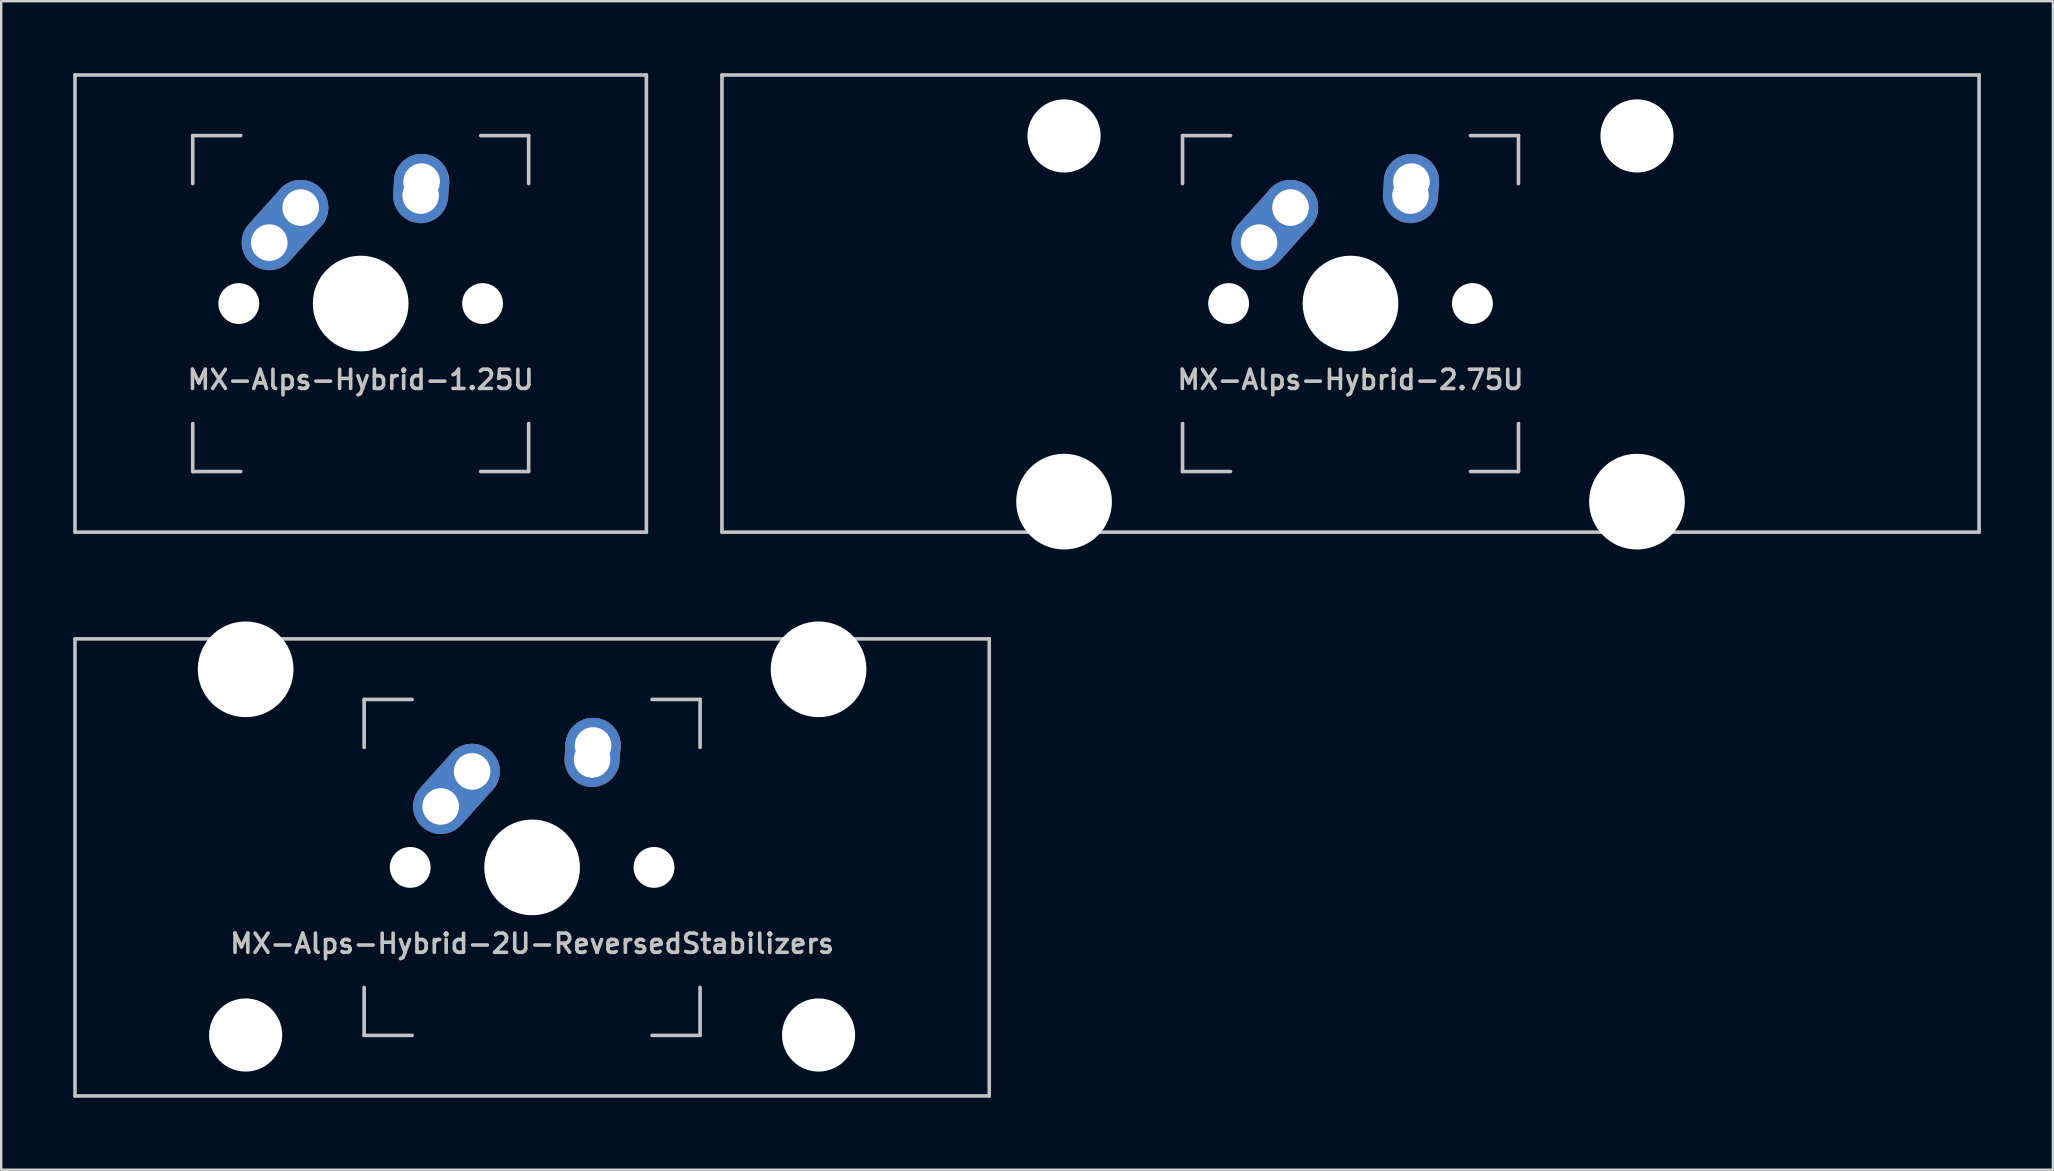
<source format=kicad_pcb>
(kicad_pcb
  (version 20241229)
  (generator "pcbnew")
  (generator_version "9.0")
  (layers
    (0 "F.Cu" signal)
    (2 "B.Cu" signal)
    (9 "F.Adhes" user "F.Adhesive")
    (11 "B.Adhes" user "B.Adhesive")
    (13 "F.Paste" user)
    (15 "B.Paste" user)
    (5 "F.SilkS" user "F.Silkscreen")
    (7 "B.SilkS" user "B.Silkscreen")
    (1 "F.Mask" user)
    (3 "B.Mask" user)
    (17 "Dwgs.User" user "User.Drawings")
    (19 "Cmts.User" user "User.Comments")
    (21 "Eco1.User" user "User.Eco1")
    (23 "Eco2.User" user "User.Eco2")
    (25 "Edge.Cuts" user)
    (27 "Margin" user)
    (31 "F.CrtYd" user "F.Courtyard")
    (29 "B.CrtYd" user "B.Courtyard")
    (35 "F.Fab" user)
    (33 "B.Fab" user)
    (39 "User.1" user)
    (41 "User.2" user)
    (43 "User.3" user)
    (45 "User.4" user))
  (footprint "MX-Alps-Hybrid-2.75U"
    (layer "F.Cu")
    (at 53.231 9.6)
    (property "Reference" "MX-Alps-Hybrid-2.75U" (at 0 3.175 0) (layer "Dwgs.User") (effects (font (size 0.8 0.8) (thickness 0.15))))
    (attr through_hole)
    (fp_line (start -26.194 9.525) (end -26.194 -9.525) (stroke (width 0.15) (type solid)) (layer "Dwgs.User"))
    (fp_line (start -7 -7) (end -7 -5) (stroke (width 0.15) (type solid)) (layer "Dwgs.User"))
    (fp_line (start -7 5) (end -7 7) (stroke (width 0.15) (type solid)) (layer "Dwgs.User"))
    (fp_line (start -7 7) (end -5 7) (stroke (width 0.15) (type solid)) (layer "Dwgs.User"))
    (fp_line (start -5 -7) (end -7 -7) (stroke (width 0.15) (type solid)) (layer "Dwgs.User"))
    (fp_line (start 5 -7) (end 7 -7) (stroke (width 0.15) (type solid)) (layer "Dwgs.User"))
    (fp_line (start 5 7) (end 7 7) (stroke (width 0.15) (type solid)) (layer "Dwgs.User"))
    (fp_line (start 7 -7) (end 7 -5) (stroke (width 0.15) (type solid)) (layer "Dwgs.User"))
    (fp_line (start 7 7) (end 7 5) (stroke (width 0.15) (type solid)) (layer "Dwgs.User"))
    (fp_line (start 26.194 -9.525) (end -26.194 -9.525) (stroke (width 0.15) (type solid)) (layer "Dwgs.User"))
    (fp_line (start 26.194 9.525) (end -26.194 9.525) (stroke (width 0.15) (type solid)) (layer "Dwgs.User"))
    (fp_line (start 26.194 9.525) (end 26.194 -9.525) (stroke (width 0.15) (type solid)) (layer "Dwgs.User"))
    (pad "" np_thru_hole circle (at -11.938 -6.985) (size 3.048 3.048) (drill 3.048) (layers "*.Cu" "*.Mask"))
    (pad "" np_thru_hole circle (at -11.938 8.255) (size 3.988 3.988) (drill 3.988) (layers "*.Cu" "*.Mask"))
    (pad "" np_thru_hole circle (at -5.08 0 48.099) (size 1.702 1.702) (drill 1.702) (layers "*.Cu" "*.Mask"))
    (pad "" np_thru_hole circle (at 0 0) (size 3.988 3.988) (drill 3.988) (layers "*.Cu" "*.Mask"))
    (pad "" np_thru_hole circle (at 5.08 0 48.099) (size 1.702 1.702) (drill 1.702) (layers "*.Cu" "*.Mask"))
    (pad "" np_thru_hole circle (at 11.938 -6.985) (size 3.048 3.048) (drill 3.048) (layers "*.Cu" "*.Mask"))
    (pad "" np_thru_hole circle (at 11.938 8.255) (size 3.988 3.988) (drill 3.988) (layers "*.Cu" "*.Mask"))
    (pad "1" thru_hole oval (at -3.81 -2.54 48.099) (size 4.262 2.3) (drill 1.524 (offset 0.981 0)) (layers "*.Cu" "B.Mask"))
    (pad "1" thru_hole circle (at -2.5 -4) (size 2.3 2.3) (drill 1.524) (layers "*.Cu" "B.Mask"))
    (pad "2" thru_hole oval (at 2.5 -4.5 86.054) (size 2.881 2.3) (drill 1.524 (offset 0.291 0)) (layers "*.Cu" "B.Mask"))
    (pad "2" thru_hole circle (at 2.54 -5.08) (size 2.3 2.3) (drill 1.524) (layers "*.Cu" "B.Mask")))
  (footprint "MX-Alps-Hybrid-1.25U"
    (layer "F.Cu")
    (at 11.981 9.6)
    (property "Reference" "MX-Alps-Hybrid-1.25U" (at 0 3.175 0) (layer "Dwgs.User") (effects (font (size 0.8 0.8) (thickness 0.15))))
    (attr through_hole)
    (fp_line (start -11.906 9.525) (end -11.906 -9.525) (stroke (width 0.15) (type solid)) (layer "Dwgs.User"))
    (fp_line (start -7 -7) (end -7 -5) (stroke (width 0.15) (type solid)) (layer "Dwgs.User"))
    (fp_line (start -7 5) (end -7 7) (stroke (width 0.15) (type solid)) (layer "Dwgs.User"))
    (fp_line (start -7 7) (end -5 7) (stroke (width 0.15) (type solid)) (layer "Dwgs.User"))
    (fp_line (start -5 -7) (end -7 -7) (stroke (width 0.15) (type solid)) (layer "Dwgs.User"))
    (fp_line (start 5 -7) (end 7 -7) (stroke (width 0.15) (type solid)) (layer "Dwgs.User"))
    (fp_line (start 5 7) (end 7 7) (stroke (width 0.15) (type solid)) (layer "Dwgs.User"))
    (fp_line (start 7 -7) (end 7 -5) (stroke (width 0.15) (type solid)) (layer "Dwgs.User"))
    (fp_line (start 7 7) (end 7 5) (stroke (width 0.15) (type solid)) (layer "Dwgs.User"))
    (fp_line (start 11.906 -9.525) (end -11.906 -9.525) (stroke (width 0.15) (type solid)) (layer "Dwgs.User"))
    (fp_line (start 11.906 9.525) (end -11.906 9.525) (stroke (width 0.15) (type solid)) (layer "Dwgs.User"))
    (fp_line (start 11.906 9.525) (end 11.906 -9.525) (stroke (width 0.15) (type solid)) (layer "Dwgs.User"))
    (pad "" np_thru_hole circle (at -5.08 0 48.099) (size 1.702 1.702) (drill 1.702) (layers "*.Cu" "*.Mask"))
    (pad "" np_thru_hole circle (at 0 0) (size 3.988 3.988) (drill 3.988) (layers "*.Cu" "*.Mask"))
    (pad "" np_thru_hole circle (at 5.08 0 48.099) (size 1.702 1.702) (drill 1.702) (layers "*.Cu" "*.Mask"))
    (pad "1" thru_hole oval (at -3.81 -2.54 48.099) (size 4.262 2.3) (drill 1.524 (offset 0.981 0)) (layers "*.Cu" "B.Mask"))
    (pad "1" thru_hole circle (at -2.5 -4) (size 2.3 2.3) (drill 1.524) (layers "*.Cu" "B.Mask"))
    (pad "2" thru_hole oval (at 2.5 -4.5 86.054) (size 2.881 2.3) (drill 1.524 (offset 0.291 0)) (layers "*.Cu" "B.Mask"))
    (pad "2" thru_hole circle (at 2.54 -5.08) (size 2.3 2.3) (drill 1.524) (layers "*.Cu" "B.Mask")))
  (footprint "MX-Alps-Hybrid-2U-ReversedStabilizers"
    (layer "F.Cu")
    (at 19.125 33.098)
    (property "Reference" "MX-Alps-Hybrid-2U-ReversedStabilizers" (at 0 3.175 0) (layer "Dwgs.User") (effects (font (size 0.8 0.8) (thickness 0.15))))
    (attr through_hole)
    (fp_line (start -19.05 9.525) (end -19.05 -9.525) (stroke (width 0.15) (type solid)) (layer "Dwgs.User"))
    (fp_line (start -7 -7) (end -7 -5) (stroke (width 0.15) (type solid)) (layer "Dwgs.User"))
    (fp_line (start -7 5) (end -7 7) (stroke (width 0.15) (type solid)) (layer "Dwgs.User"))
    (fp_line (start -7 7) (end -5 7) (stroke (width 0.15) (type solid)) (layer "Dwgs.User"))
    (fp_line (start -5 -7) (end -7 -7) (stroke (width 0.15) (type solid)) (layer "Dwgs.User"))
    (fp_line (start 5 -7) (end 7 -7) (stroke (width 0.15) (type solid)) (layer "Dwgs.User"))
    (fp_line (start 5 7) (end 7 7) (stroke (width 0.15) (type solid)) (layer "Dwgs.User"))
    (fp_line (start 7 -7) (end 7 -5) (stroke (width 0.15) (type solid)) (layer "Dwgs.User"))
    (fp_line (start 7 7) (end 7 5) (stroke (width 0.15) (type solid)) (layer "Dwgs.User"))
    (fp_line (start 19.05 -9.525) (end -19.05 -9.525) (stroke (width 0.15) (type solid)) (layer "Dwgs.User"))
    (fp_line (start 19.05 9.525) (end -19.05 9.525) (stroke (width 0.15) (type solid)) (layer "Dwgs.User"))
    (fp_line (start 19.05 9.525) (end 19.05 -9.525) (stroke (width 0.15) (type solid)) (layer "Dwgs.User"))
    (pad "" np_thru_hole circle (at -11.938 -8.255) (size 3.988 3.988) (drill 3.988) (layers "*.Cu" "*.Mask"))
    (pad "" np_thru_hole circle (at -11.938 6.985) (size 3.048 3.048) (drill 3.048) (layers "*.Cu" "*.Mask"))
    (pad "" np_thru_hole circle (at -5.08 0 48.099) (size 1.702 1.702) (drill 1.702) (layers "*.Cu" "*.Mask"))
    (pad "" np_thru_hole circle (at 0 0) (size 3.988 3.988) (drill 3.988) (layers "*.Cu" "*.Mask"))
    (pad "" np_thru_hole circle (at 5.08 0 48.099) (size 1.702 1.702) (drill 1.702) (layers "*.Cu" "*.Mask"))
    (pad "" np_thru_hole circle (at 11.938 -8.255) (size 3.988 3.988) (drill 3.988) (layers "*.Cu" "*.Mask"))
    (pad "" np_thru_hole circle (at 11.938 6.985) (size 3.048 3.048) (drill 3.048) (layers "*.Cu" "*.Mask"))
    (pad "1" thru_hole oval (at -3.81 -2.54 48.099) (size 4.262 2.3) (drill 1.524 (offset 0.981 0)) (layers "*.Cu" "B.Mask"))
    (pad "1" thru_hole circle (at -2.5 -4) (size 2.3 2.3) (drill 1.524) (layers "*.Cu" "B.Mask"))
    (pad "2" thru_hole oval (at 2.5 -4.5 86.054) (size 2.881 2.3) (drill 1.524 (offset 0.291 0)) (layers "*.Cu" "B.Mask"))
    (pad "2" thru_hole circle (at 2.54 -5.08) (size 2.3 2.3) (drill 1.524) (layers "*.Cu" "B.Mask")))
  (gr_rect
    (start -3 -3)
    (end 82.5 45.698)
    (stroke (width 0.1) (type default))
    (fill no)
    (layer "Edge.Cuts")))
</source>
